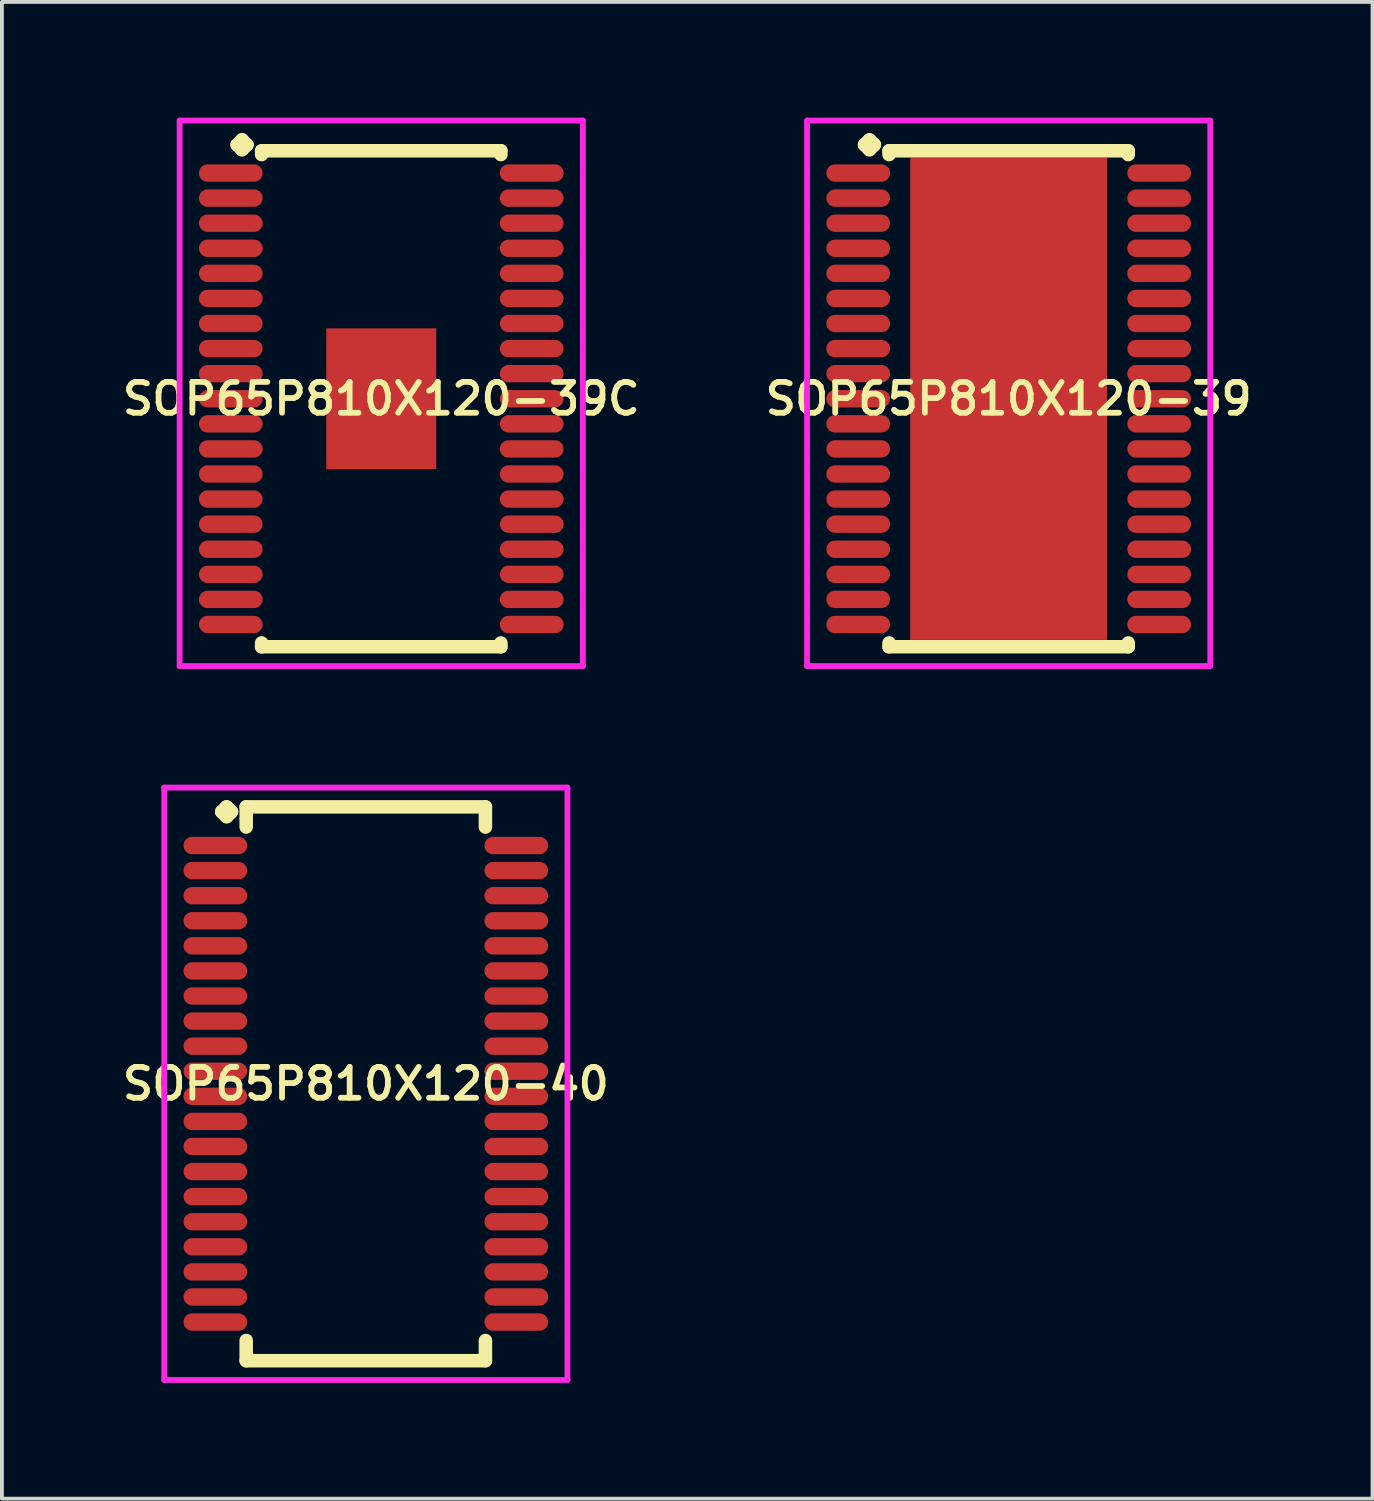
<source format=kicad_pcb>
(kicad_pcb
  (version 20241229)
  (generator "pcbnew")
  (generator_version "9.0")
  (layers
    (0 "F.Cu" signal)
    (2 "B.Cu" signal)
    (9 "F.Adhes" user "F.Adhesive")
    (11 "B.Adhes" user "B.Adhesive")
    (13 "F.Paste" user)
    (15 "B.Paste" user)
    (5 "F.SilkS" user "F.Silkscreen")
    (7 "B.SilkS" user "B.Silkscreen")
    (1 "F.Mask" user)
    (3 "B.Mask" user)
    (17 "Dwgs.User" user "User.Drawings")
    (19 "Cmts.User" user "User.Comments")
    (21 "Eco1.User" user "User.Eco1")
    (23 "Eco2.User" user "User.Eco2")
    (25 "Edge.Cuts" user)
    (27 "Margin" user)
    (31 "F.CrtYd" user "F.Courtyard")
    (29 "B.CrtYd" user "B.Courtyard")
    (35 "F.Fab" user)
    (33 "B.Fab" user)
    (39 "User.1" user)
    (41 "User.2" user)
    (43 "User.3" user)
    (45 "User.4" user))
  (footprint "SOP65P810X120-39"
    (layer "F.Cu")
    (at 23.092 7.285)
    (property "Reference" "SOP65P810X120-39" (at 0 0 0) (layer "F.SilkS") (effects (font (size 0.8 0.8) (thickness 0.15))))
    (attr smd)
    (fp_line (start -3.735 -6.583) (end -3.608 -6.71) (stroke (width 0.35) (type solid)) (layer "F.SilkS"))
    (fp_line (start -3.608 -6.71) (end -3.481 -6.583) (stroke (width 0.35) (type solid)) (layer "F.SilkS"))
    (fp_line (start -3.608 -6.456) (end -3.735 -6.583) (stroke (width 0.35) (type solid)) (layer "F.SilkS"))
    (fp_line (start -3.481 -6.583) (end -3.608 -6.456) (stroke (width 0.35) (type solid)) (layer "F.SilkS"))
    (fp_line (start -3.1 -6.427) (end 3.1 -6.427) (stroke (width 0.35) (type solid)) (layer "F.SilkS"))
    (fp_line (start -3.1 -6.329) (end -3.1 -6.427) (stroke (width 0.35) (type solid)) (layer "F.SilkS"))
    (fp_line (start -3.1 6.329) (end -3.1 6.427) (stroke (width 0.35) (type solid)) (layer "F.SilkS"))
    (fp_line (start -3.1 6.427) (end 3.1 6.427) (stroke (width 0.35) (type solid)) (layer "F.SilkS"))
    (fp_line (start 3.1 -6.427) (end 3.1 -6.329) (stroke (width 0.35) (type solid)) (layer "F.SilkS"))
    (fp_line (start 3.1 6.427) (end 3.1 6.329) (stroke (width 0.35) (type solid)) (layer "F.SilkS"))
    (fp_line (start -5.225 -7.21) (end 5.225 -7.21) (stroke (width 0.15) (type solid)) (layer "F.CrtYd"))
    (fp_line (start -5.225 6.927) (end -5.225 -7.21) (stroke (width 0.15) (type solid)) (layer "F.CrtYd"))
    (fp_line (start 5.225 -7.21) (end 5.225 6.927) (stroke (width 0.15) (type solid)) (layer "F.CrtYd"))
    (fp_line (start 5.225 6.927) (end -5.225 6.927) (stroke (width 0.15) (type solid)) (layer "F.CrtYd"))
    (pad "1" smd oval (at -3.9 -5.85) (size 1.65 0.45) (layers "F.Cu" "F.Mask" "F.Paste"))
    (pad "2" smd oval (at -3.9 -5.2) (size 1.65 0.45) (layers "F.Cu" "F.Mask" "F.Paste"))
    (pad "3" smd oval (at -3.9 -4.55) (size 1.65 0.45) (layers "F.Cu" "F.Mask" "F.Paste"))
    (pad "4" smd oval (at -3.9 -3.9) (size 1.65 0.45) (layers "F.Cu" "F.Mask" "F.Paste"))
    (pad "5" smd oval (at -3.9 -3.25) (size 1.65 0.45) (layers "F.Cu" "F.Mask" "F.Paste"))
    (pad "6" smd oval (at -3.9 -2.6) (size 1.65 0.45) (layers "F.Cu" "F.Mask" "F.Paste"))
    (pad "7" smd oval (at -3.9 -1.95) (size 1.65 0.45) (layers "F.Cu" "F.Mask" "F.Paste"))
    (pad "8" smd oval (at -3.9 -1.3) (size 1.65 0.45) (layers "F.Cu" "F.Mask" "F.Paste"))
    (pad "9" smd oval (at -3.9 -0.65) (size 1.65 0.45) (layers "F.Cu" "F.Mask" "F.Paste"))
    (pad "10" smd oval (at -3.9 0) (size 1.65 0.45) (layers "F.Cu" "F.Mask" "F.Paste"))
    (pad "11" smd oval (at -3.9 0.65) (size 1.65 0.45) (layers "F.Cu" "F.Mask" "F.Paste"))
    (pad "12" smd oval (at -3.9 1.3) (size 1.65 0.45) (layers "F.Cu" "F.Mask" "F.Paste"))
    (pad "13" smd oval (at -3.9 1.95) (size 1.65 0.45) (layers "F.Cu" "F.Mask" "F.Paste"))
    (pad "14" smd oval (at -3.9 2.6) (size 1.65 0.45) (layers "F.Cu" "F.Mask" "F.Paste"))
    (pad "15" smd oval (at -3.9 3.25) (size 1.65 0.45) (layers "F.Cu" "F.Mask" "F.Paste"))
    (pad "16" smd oval (at -3.9 3.9) (size 1.65 0.45) (layers "F.Cu" "F.Mask" "F.Paste"))
    (pad "17" smd oval (at -3.9 4.55) (size 1.65 0.45) (layers "F.Cu" "F.Mask" "F.Paste"))
    (pad "18" smd oval (at -3.9 5.2) (size 1.65 0.45) (layers "F.Cu" "F.Mask" "F.Paste"))
    (pad "19" smd oval (at -3.9 5.85) (size 1.65 0.45) (layers "F.Cu" "F.Mask" "F.Paste"))
    (pad "20" smd oval (at 3.9 5.85) (size 1.65 0.45) (layers "F.Cu" "F.Mask" "F.Paste"))
    (pad "21" smd oval (at 3.9 5.2) (size 1.65 0.45) (layers "F.Cu" "F.Mask" "F.Paste"))
    (pad "22" smd oval (at 3.9 4.55) (size 1.65 0.45) (layers "F.Cu" "F.Mask" "F.Paste"))
    (pad "23" smd oval (at 3.9 3.9) (size 1.65 0.45) (layers "F.Cu" "F.Mask" "F.Paste"))
    (pad "24" smd oval (at 3.9 3.25) (size 1.65 0.45) (layers "F.Cu" "F.Mask" "F.Paste"))
    (pad "25" smd oval (at 3.9 2.6) (size 1.65 0.45) (layers "F.Cu" "F.Mask" "F.Paste"))
    (pad "26" smd oval (at 3.9 1.95) (size 1.65 0.45) (layers "F.Cu" "F.Mask" "F.Paste"))
    (pad "27" smd oval (at 3.9 1.3) (size 1.65 0.45) (layers "F.Cu" "F.Mask" "F.Paste"))
    (pad "28" smd oval (at 3.9 0.65) (size 1.65 0.45) (layers "F.Cu" "F.Mask" "F.Paste"))
    (pad "29" smd oval (at 3.9 0) (size 1.65 0.45) (layers "F.Cu" "F.Mask" "F.Paste"))
    (pad "30" smd oval (at 3.9 -0.65) (size 1.65 0.45) (layers "F.Cu" "F.Mask" "F.Paste"))
    (pad "31" smd oval (at 3.9 -1.3) (size 1.65 0.45) (layers "F.Cu" "F.Mask" "F.Paste"))
    (pad "32" smd oval (at 3.9 -1.95) (size 1.65 0.45) (layers "F.Cu" "F.Mask" "F.Paste"))
    (pad "33" smd oval (at 3.9 -2.6) (size 1.65 0.45) (layers "F.Cu" "F.Mask" "F.Paste"))
    (pad "34" smd oval (at 3.9 -3.25) (size 1.65 0.45) (layers "F.Cu" "F.Mask" "F.Paste"))
    (pad "35" smd oval (at 3.9 -3.9) (size 1.65 0.45) (layers "F.Cu" "F.Mask" "F.Paste"))
    (pad "36" smd oval (at 3.9 -4.55) (size 1.65 0.45) (layers "F.Cu" "F.Mask" "F.Paste"))
    (pad "37" smd oval (at 3.9 -5.2) (size 1.65 0.45) (layers "F.Cu" "F.Mask" "F.Paste"))
    (pad "38" smd oval (at 3.9 -5.85) (size 1.65 0.45) (layers "F.Cu" "F.Mask" "F.Paste"))
    (pad "39" smd rect (at 0 0) (size 5.1 12.5) (layers "F.Cu" "F.Mask" "F.Paste")))
  (footprint "SOP65P810X120-40"
    (layer "F.Cu")
    (at 6.431 25.039)
    (property "Reference" "SOP65P810X120-40" (at 0 0 0) (layer "F.SilkS") (effects (font (size 0.8 0.8) (thickness 0.15))))
    (attr smd)
    (fp_line (start -3.735 -7.05) (end -3.608 -7.177) (stroke (width 0.35) (type solid)) (layer "F.SilkS"))
    (fp_line (start -3.608 -7.177) (end -3.481 -7.05) (stroke (width 0.35) (type solid)) (layer "F.SilkS"))
    (fp_line (start -3.608 -6.923) (end -3.735 -7.05) (stroke (width 0.35) (type solid)) (layer "F.SilkS"))
    (fp_line (start -3.481 -7.05) (end -3.608 -6.923) (stroke (width 0.35) (type solid)) (layer "F.SilkS"))
    (fp_line (start -3.1 -7.177) (end 3.1 -7.177) (stroke (width 0.35) (type solid)) (layer "F.SilkS"))
    (fp_line (start -3.1 -6.654) (end -3.1 -7.177) (stroke (width 0.35) (type solid)) (layer "F.SilkS"))
    (fp_line (start -3.1 6.654) (end -3.1 7.177) (stroke (width 0.35) (type solid)) (layer "F.SilkS"))
    (fp_line (start -3.1 7.177) (end 3.1 7.177) (stroke (width 0.35) (type solid)) (layer "F.SilkS"))
    (fp_line (start 3.1 -7.177) (end 3.1 -6.654) (stroke (width 0.35) (type solid)) (layer "F.SilkS"))
    (fp_line (start 3.1 7.177) (end 3.1 6.654) (stroke (width 0.35) (type solid)) (layer "F.SilkS"))
    (fp_line (start -5.225 -7.677) (end 5.225 -7.677) (stroke (width 0.15) (type solid)) (layer "F.CrtYd"))
    (fp_line (start -5.225 7.677) (end -5.225 -7.677) (stroke (width 0.15) (type solid)) (layer "F.CrtYd"))
    (fp_line (start 5.225 -7.677) (end 5.225 7.677) (stroke (width 0.15) (type solid)) (layer "F.CrtYd"))
    (fp_line (start 5.225 7.677) (end -5.225 7.677) (stroke (width 0.15) (type solid)) (layer "F.CrtYd"))
    (pad "1" smd oval (at -3.9 -6.175) (size 1.65 0.45) (layers "F.Cu" "F.Mask" "F.Paste"))
    (pad "2" smd oval (at -3.9 -5.525) (size 1.65 0.45) (layers "F.Cu" "F.Mask" "F.Paste"))
    (pad "3" smd oval (at -3.9 -4.875) (size 1.65 0.45) (layers "F.Cu" "F.Mask" "F.Paste"))
    (pad "4" smd oval (at -3.9 -4.225) (size 1.65 0.45) (layers "F.Cu" "F.Mask" "F.Paste"))
    (pad "5" smd oval (at -3.9 -3.575) (size 1.65 0.45) (layers "F.Cu" "F.Mask" "F.Paste"))
    (pad "6" smd oval (at -3.9 -2.925) (size 1.65 0.45) (layers "F.Cu" "F.Mask" "F.Paste"))
    (pad "7" smd oval (at -3.9 -2.275) (size 1.65 0.45) (layers "F.Cu" "F.Mask" "F.Paste"))
    (pad "8" smd oval (at -3.9 -1.625) (size 1.65 0.45) (layers "F.Cu" "F.Mask" "F.Paste"))
    (pad "9" smd oval (at -3.9 -0.975) (size 1.65 0.45) (layers "F.Cu" "F.Mask" "F.Paste"))
    (pad "10" smd oval (at -3.9 -0.325) (size 1.65 0.45) (layers "F.Cu" "F.Mask" "F.Paste"))
    (pad "11" smd oval (at -3.9 0.325) (size 1.65 0.45) (layers "F.Cu" "F.Mask" "F.Paste"))
    (pad "12" smd oval (at -3.9 0.975) (size 1.65 0.45) (layers "F.Cu" "F.Mask" "F.Paste"))
    (pad "13" smd oval (at -3.9 1.625) (size 1.65 0.45) (layers "F.Cu" "F.Mask" "F.Paste"))
    (pad "14" smd oval (at -3.9 2.275) (size 1.65 0.45) (layers "F.Cu" "F.Mask" "F.Paste"))
    (pad "15" smd oval (at -3.9 2.925) (size 1.65 0.45) (layers "F.Cu" "F.Mask" "F.Paste"))
    (pad "16" smd oval (at -3.9 3.575) (size 1.65 0.45) (layers "F.Cu" "F.Mask" "F.Paste"))
    (pad "17" smd oval (at -3.9 4.225) (size 1.65 0.45) (layers "F.Cu" "F.Mask" "F.Paste"))
    (pad "18" smd oval (at -3.9 4.875) (size 1.65 0.45) (layers "F.Cu" "F.Mask" "F.Paste"))
    (pad "19" smd oval (at -3.9 5.525) (size 1.65 0.45) (layers "F.Cu" "F.Mask" "F.Paste"))
    (pad "20" smd oval (at -3.9 6.175) (size 1.65 0.45) (layers "F.Cu" "F.Mask" "F.Paste"))
    (pad "21" smd oval (at 3.9 6.175) (size 1.65 0.45) (layers "F.Cu" "F.Mask" "F.Paste"))
    (pad "22" smd oval (at 3.9 5.525) (size 1.65 0.45) (layers "F.Cu" "F.Mask" "F.Paste"))
    (pad "23" smd oval (at 3.9 4.875) (size 1.65 0.45) (layers "F.Cu" "F.Mask" "F.Paste"))
    (pad "24" smd oval (at 3.9 4.225) (size 1.65 0.45) (layers "F.Cu" "F.Mask" "F.Paste"))
    (pad "25" smd oval (at 3.9 3.575) (size 1.65 0.45) (layers "F.Cu" "F.Mask" "F.Paste"))
    (pad "26" smd oval (at 3.9 2.925) (size 1.65 0.45) (layers "F.Cu" "F.Mask" "F.Paste"))
    (pad "27" smd oval (at 3.9 2.275) (size 1.65 0.45) (layers "F.Cu" "F.Mask" "F.Paste"))
    (pad "28" smd oval (at 3.9 1.625) (size 1.65 0.45) (layers "F.Cu" "F.Mask" "F.Paste"))
    (pad "29" smd oval (at 3.9 0.975) (size 1.65 0.45) (layers "F.Cu" "F.Mask" "F.Paste"))
    (pad "30" smd oval (at 3.9 0.325) (size 1.65 0.45) (layers "F.Cu" "F.Mask" "F.Paste"))
    (pad "31" smd oval (at 3.9 -0.325) (size 1.65 0.45) (layers "F.Cu" "F.Mask" "F.Paste"))
    (pad "32" smd oval (at 3.9 -0.975) (size 1.65 0.45) (layers "F.Cu" "F.Mask" "F.Paste"))
    (pad "33" smd oval (at 3.9 -1.625) (size 1.65 0.45) (layers "F.Cu" "F.Mask" "F.Paste"))
    (pad "34" smd oval (at 3.9 -2.275) (size 1.65 0.45) (layers "F.Cu" "F.Mask" "F.Paste"))
    (pad "35" smd oval (at 3.9 -2.925) (size 1.65 0.45) (layers "F.Cu" "F.Mask" "F.Paste"))
    (pad "36" smd oval (at 3.9 -3.575) (size 1.65 0.45) (layers "F.Cu" "F.Mask" "F.Paste"))
    (pad "37" smd oval (at 3.9 -4.225) (size 1.65 0.45) (layers "F.Cu" "F.Mask" "F.Paste"))
    (pad "38" smd oval (at 3.9 -4.875) (size 1.65 0.45) (layers "F.Cu" "F.Mask" "F.Paste"))
    (pad "39" smd oval (at 3.9 -5.525) (size 1.65 0.45) (layers "F.Cu" "F.Mask" "F.Paste"))
    (pad "40" smd oval (at 3.9 -6.175) (size 1.65 0.45) (layers "F.Cu" "F.Mask" "F.Paste")))
  (footprint "SOP65P810X120-39C"
    (layer "F.Cu")
    (at 6.831 7.285)
    (property "Reference" "SOP65P810X120-39C" (at 0 0 0) (layer "F.SilkS") (effects (font (size 0.8 0.8) (thickness 0.15))))
    (attr smd)
    (fp_line (start -3.735 -6.583) (end -3.608 -6.71) (stroke (width 0.35) (type solid)) (layer "F.SilkS"))
    (fp_line (start -3.608 -6.71) (end -3.481 -6.583) (stroke (width 0.35) (type solid)) (layer "F.SilkS"))
    (fp_line (start -3.608 -6.456) (end -3.735 -6.583) (stroke (width 0.35) (type solid)) (layer "F.SilkS"))
    (fp_line (start -3.481 -6.583) (end -3.608 -6.456) (stroke (width 0.35) (type solid)) (layer "F.SilkS"))
    (fp_line (start -3.1 -6.427) (end 3.1 -6.427) (stroke (width 0.35) (type solid)) (layer "F.SilkS"))
    (fp_line (start -3.1 -6.329) (end -3.1 -6.427) (stroke (width 0.35) (type solid)) (layer "F.SilkS"))
    (fp_line (start -3.1 6.329) (end -3.1 6.427) (stroke (width 0.35) (type solid)) (layer "F.SilkS"))
    (fp_line (start -3.1 6.427) (end 3.1 6.427) (stroke (width 0.35) (type solid)) (layer "F.SilkS"))
    (fp_line (start 3.1 -6.427) (end 3.1 -6.329) (stroke (width 0.35) (type solid)) (layer "F.SilkS"))
    (fp_line (start 3.1 6.427) (end 3.1 6.329) (stroke (width 0.35) (type solid)) (layer "F.SilkS"))
    (fp_line (start -5.225 -7.21) (end 5.225 -7.21) (stroke (width 0.15) (type solid)) (layer "F.CrtYd"))
    (fp_line (start -5.225 6.927) (end -5.225 -7.21) (stroke (width 0.15) (type solid)) (layer "F.CrtYd"))
    (fp_line (start 5.225 -7.21) (end 5.225 6.927) (stroke (width 0.15) (type solid)) (layer "F.CrtYd"))
    (fp_line (start 5.225 6.927) (end -5.225 6.927) (stroke (width 0.15) (type solid)) (layer "F.CrtYd"))
    (pad "1" smd oval (at -3.9 -5.85) (size 1.65 0.45) (layers "F.Cu" "F.Mask" "F.Paste"))
    (pad "2" smd oval (at -3.9 -5.2) (size 1.65 0.45) (layers "F.Cu" "F.Mask" "F.Paste"))
    (pad "3" smd oval (at -3.9 -4.55) (size 1.65 0.45) (layers "F.Cu" "F.Mask" "F.Paste"))
    (pad "4" smd oval (at -3.9 -3.9) (size 1.65 0.45) (layers "F.Cu" "F.Mask" "F.Paste"))
    (pad "5" smd oval (at -3.9 -3.25) (size 1.65 0.45) (layers "F.Cu" "F.Mask" "F.Paste"))
    (pad "6" smd oval (at -3.9 -2.6) (size 1.65 0.45) (layers "F.Cu" "F.Mask" "F.Paste"))
    (pad "7" smd oval (at -3.9 -1.95) (size 1.65 0.45) (layers "F.Cu" "F.Mask" "F.Paste"))
    (pad "8" smd oval (at -3.9 -1.3) (size 1.65 0.45) (layers "F.Cu" "F.Mask" "F.Paste"))
    (pad "9" smd oval (at -3.9 -0.65) (size 1.65 0.45) (layers "F.Cu" "F.Mask" "F.Paste"))
    (pad "10" smd oval (at -3.9 0) (size 1.65 0.45) (layers "F.Cu" "F.Mask" "F.Paste"))
    (pad "11" smd oval (at -3.9 0.65) (size 1.65 0.45) (layers "F.Cu" "F.Mask" "F.Paste"))
    (pad "12" smd oval (at -3.9 1.3) (size 1.65 0.45) (layers "F.Cu" "F.Mask" "F.Paste"))
    (pad "13" smd oval (at -3.9 1.95) (size 1.65 0.45) (layers "F.Cu" "F.Mask" "F.Paste"))
    (pad "14" smd oval (at -3.9 2.6) (size 1.65 0.45) (layers "F.Cu" "F.Mask" "F.Paste"))
    (pad "15" smd oval (at -3.9 3.25) (size 1.65 0.45) (layers "F.Cu" "F.Mask" "F.Paste"))
    (pad "16" smd oval (at -3.9 3.9) (size 1.65 0.45) (layers "F.Cu" "F.Mask" "F.Paste"))
    (pad "17" smd oval (at -3.9 4.55) (size 1.65 0.45) (layers "F.Cu" "F.Mask" "F.Paste"))
    (pad "18" smd oval (at -3.9 5.2) (size 1.65 0.45) (layers "F.Cu" "F.Mask" "F.Paste"))
    (pad "19" smd oval (at -3.9 5.85) (size 1.65 0.45) (layers "F.Cu" "F.Mask" "F.Paste"))
    (pad "20" smd oval (at 3.9 5.85) (size 1.65 0.45) (layers "F.Cu" "F.Mask" "F.Paste"))
    (pad "21" smd oval (at 3.9 5.2) (size 1.65 0.45) (layers "F.Cu" "F.Mask" "F.Paste"))
    (pad "22" smd oval (at 3.9 4.55) (size 1.65 0.45) (layers "F.Cu" "F.Mask" "F.Paste"))
    (pad "23" smd oval (at 3.9 3.9) (size 1.65 0.45) (layers "F.Cu" "F.Mask" "F.Paste"))
    (pad "24" smd oval (at 3.9 3.25) (size 1.65 0.45) (layers "F.Cu" "F.Mask" "F.Paste"))
    (pad "25" smd oval (at 3.9 2.6) (size 1.65 0.45) (layers "F.Cu" "F.Mask" "F.Paste"))
    (pad "26" smd oval (at 3.9 1.95) (size 1.65 0.45) (layers "F.Cu" "F.Mask" "F.Paste"))
    (pad "27" smd oval (at 3.9 1.3) (size 1.65 0.45) (layers "F.Cu" "F.Mask" "F.Paste"))
    (pad "28" smd oval (at 3.9 0.65) (size 1.65 0.45) (layers "F.Cu" "F.Mask" "F.Paste"))
    (pad "29" smd oval (at 3.9 0) (size 1.65 0.45) (layers "F.Cu" "F.Mask" "F.Paste"))
    (pad "30" smd oval (at 3.9 -0.65) (size 1.65 0.45) (layers "F.Cu" "F.Mask" "F.Paste"))
    (pad "31" smd oval (at 3.9 -1.3) (size 1.65 0.45) (layers "F.Cu" "F.Mask" "F.Paste"))
    (pad "32" smd oval (at 3.9 -1.95) (size 1.65 0.45) (layers "F.Cu" "F.Mask" "F.Paste"))
    (pad "33" smd oval (at 3.9 -2.6) (size 1.65 0.45) (layers "F.Cu" "F.Mask" "F.Paste"))
    (pad "34" smd oval (at 3.9 -3.25) (size 1.65 0.45) (layers "F.Cu" "F.Mask" "F.Paste"))
    (pad "35" smd oval (at 3.9 -3.9) (size 1.65 0.45) (layers "F.Cu" "F.Mask" "F.Paste"))
    (pad "36" smd oval (at 3.9 -4.55) (size 1.65 0.45) (layers "F.Cu" "F.Mask" "F.Paste"))
    (pad "37" smd oval (at 3.9 -5.2) (size 1.65 0.45) (layers "F.Cu" "F.Mask" "F.Paste"))
    (pad "38" smd oval (at 3.9 -5.85) (size 1.65 0.45) (layers "F.Cu" "F.Mask" "F.Paste"))
    (pad "39" smd rect (at 0 0) (size 2.85 3.65) (layers "F.Cu" "F.Mask" "F.Paste")))
  (gr_rect
    (start -3 -3)
    (end 32.523 35.791)
    (stroke (width 0.1) (type default))
    (fill no)
    (layer "Edge.Cuts")))
</source>
